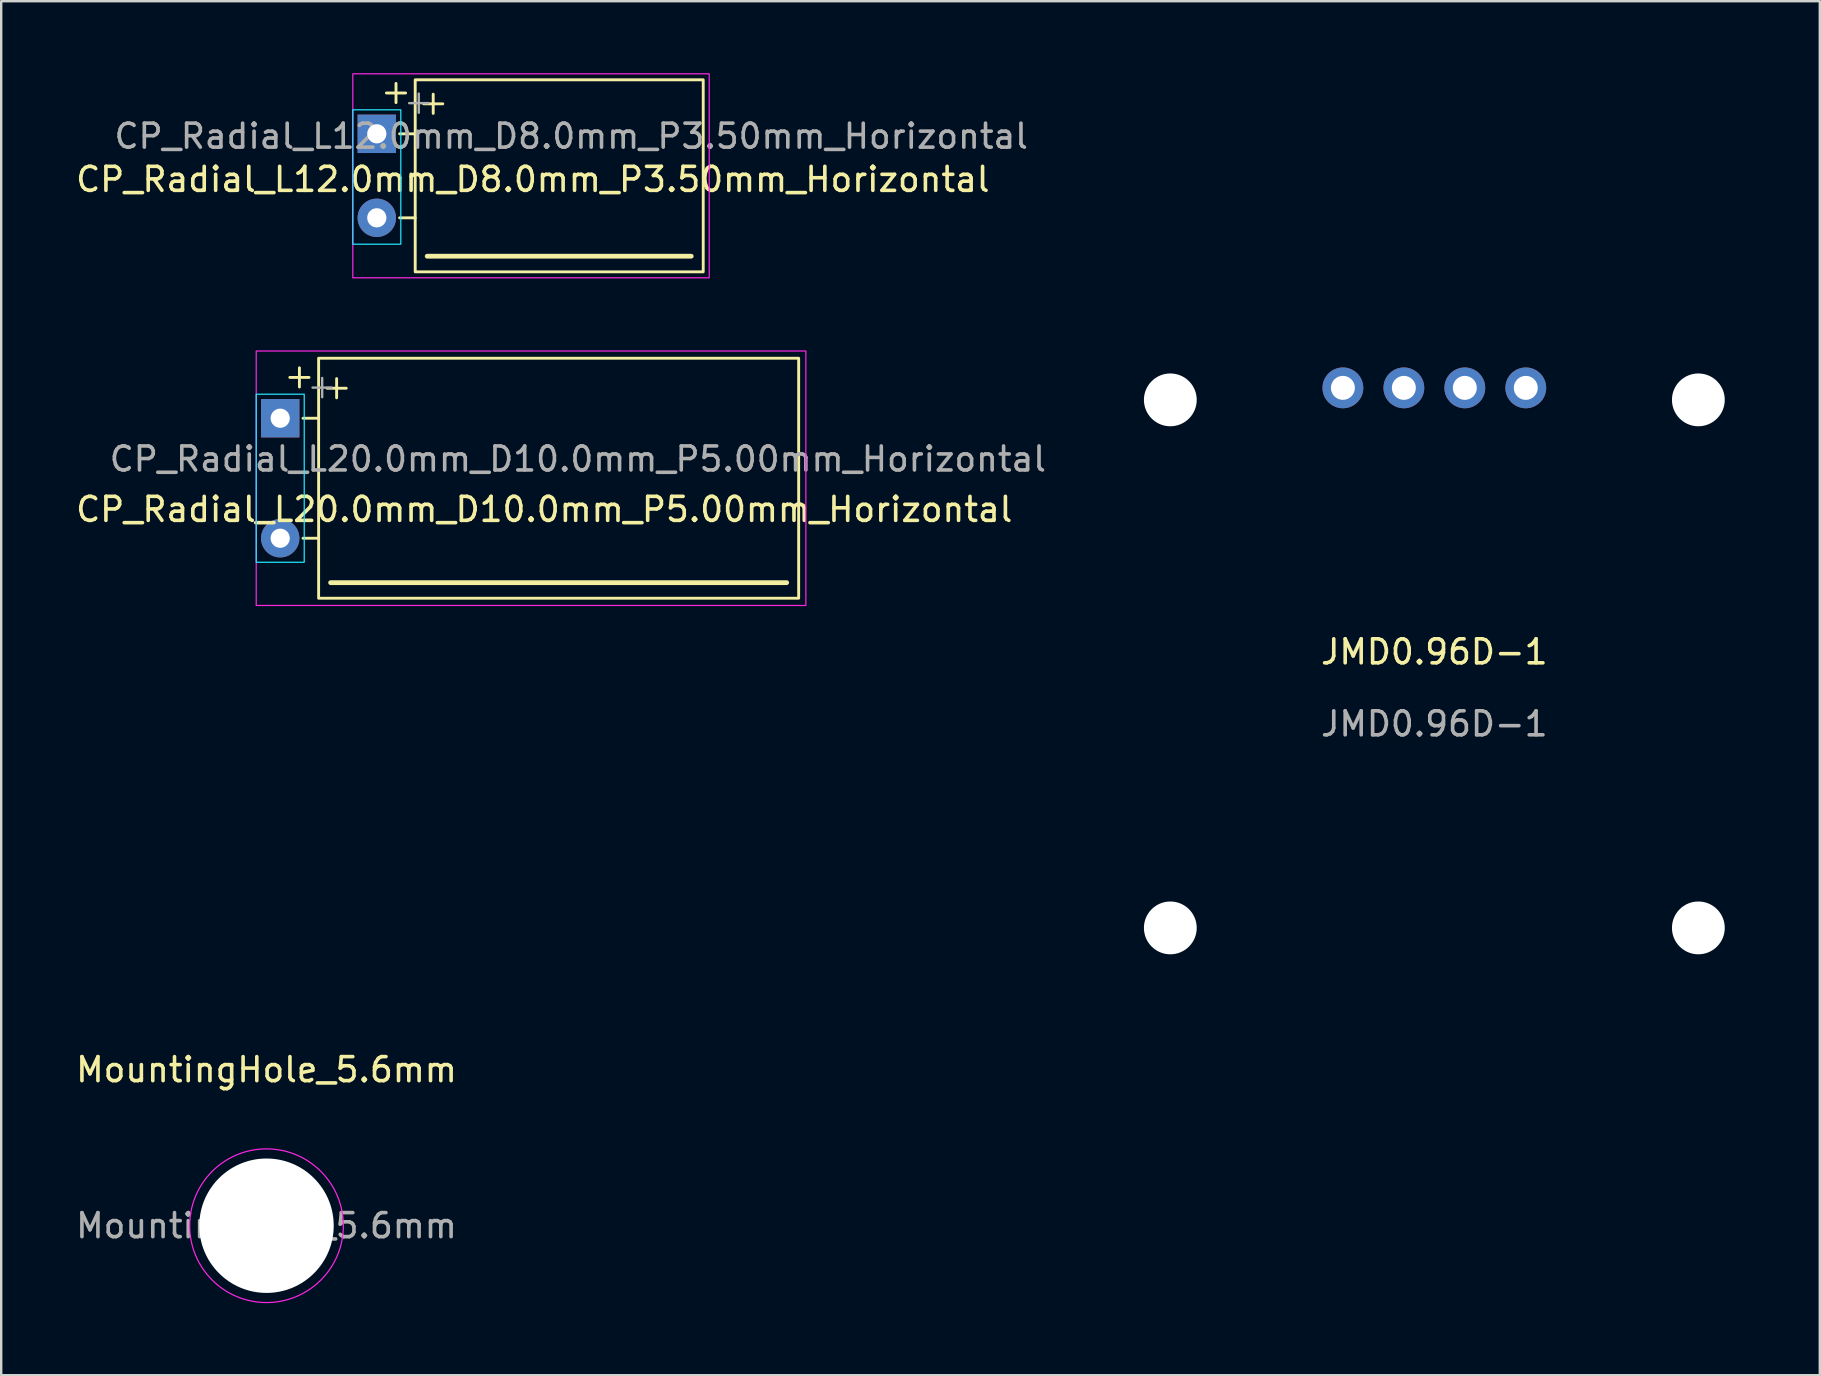
<source format=kicad_pcb>
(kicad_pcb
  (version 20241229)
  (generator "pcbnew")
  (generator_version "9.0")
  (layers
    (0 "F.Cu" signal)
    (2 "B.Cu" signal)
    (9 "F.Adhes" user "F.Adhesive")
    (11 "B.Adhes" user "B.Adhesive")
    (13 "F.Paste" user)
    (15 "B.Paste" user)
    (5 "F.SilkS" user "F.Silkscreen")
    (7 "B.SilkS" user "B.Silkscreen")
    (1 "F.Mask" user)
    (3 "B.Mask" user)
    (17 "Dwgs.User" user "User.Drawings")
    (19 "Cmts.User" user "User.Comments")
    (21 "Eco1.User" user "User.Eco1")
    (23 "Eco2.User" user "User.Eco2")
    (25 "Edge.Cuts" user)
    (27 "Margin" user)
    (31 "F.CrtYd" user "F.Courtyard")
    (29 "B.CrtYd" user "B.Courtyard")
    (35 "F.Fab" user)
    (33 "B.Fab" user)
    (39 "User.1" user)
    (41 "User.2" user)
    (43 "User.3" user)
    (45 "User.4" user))
  (footprint "MountingHole_5.6mm"
    (layer "F.Cu")
    (at 8.054 48.018)
    (property "Reference" "MountingHole_5.6mm" (at 0 -6.5 0) (layer "F.SilkS") (effects (font (size 1 1) (thickness 0.15))))
    (attr exclude_from_pos_files exclude_from_bom)
    (fp_circle (center 0 0) (end 3.2 0.1) (stroke (width 0.05) (type solid)) (fill no) (layer "F.CrtYd"))
    (fp_text user "${REFERENCE}" (at 0 0 0) (layer "F.Fab") (effects (font (size 1 1) (thickness 0.15))))
    (pad "" np_thru_hole circle (at 0 0) (size 5.6 5.6) (drill 5.6) (layers "*.Cu" "*.Mask")))
  (footprint "JMD0.96D-1"
    (layer "F.Cu")
    (at 56.71 24.61)
    (property "Reference" "JMD0.96D-1" (at 0 -0.5 0) (unlocked yes) (layer "F.SilkS") (effects (font (size 1 1) (thickness 0.15))))
    (attr through_hole)
    (fp_rect (start 13 13) (end -13 -13) (stroke (width 0.12) (type default)) (fill no) (layer "User.1"))
    (fp_text user "${REFERENCE}" (at 0 2.5 0) (unlocked yes) (layer "F.Fab") (effects (font (size 1 1) (thickness 0.15))))
    (pad "" np_thru_hole circle (at -11 -11) (size 2.2 2.2) (drill 2.2) (layers "*.Cu" "*.Mask"))
    (pad "" np_thru_hole circle (at -11 11) (size 2.2 2.2) (drill 2.2) (layers "*.Cu" "*.Mask"))
    (pad "" np_thru_hole circle (at 11 -11) (size 2.2 2.2) (drill 2.2) (layers "*.Cu" "*.Mask"))
    (pad "" np_thru_hole circle (at 11 11) (size 2.2 2.2) (drill 2.2) (layers "*.Cu" "*.Mask"))
    (pad "1" thru_hole circle (at -3.81 -11.5) (size 1.7 1.7) (drill 1) (layers "*.Cu" "*.Mask"))
    (pad "2" thru_hole circle (at -1.27 -11.5) (size 1.7 1.7) (drill 1) (layers "*.Cu" "*.Mask"))
    (pad "3" thru_hole circle (at 1.27 -11.5) (size 1.7 1.7) (drill 1) (layers "*.Cu" "*.Mask"))
    (pad "4" thru_hole circle (at 3.81 -11.5) (size 1.7 1.7) (drill 1) (layers "*.Cu" "*.Mask")))
  (footprint "CP_Radial_L20.0mm_D10.0mm_P5.00mm_Horizontal"
    (layer "F.Cu")
    (at 8.625 14.375)
    (property "Reference" "CP_Radial_L20.0mm_D10.0mm_P5.00mm_Horizontal" (at 11 3.8 0) (unlocked yes) (layer "F.SilkS") (effects (font (size 1 1) (thickness 0.15))))
    (attr through_hole)
    (fp_line (start 0.8 -2.1) (end 0.8 -1.3) (stroke (width 0.12) (type solid)) (layer "F.SilkS"))
    (fp_line (start 0.95 0) (end 1.6 0) (stroke (width 0.12) (type default)) (layer "F.SilkS"))
    (fp_line (start 0.95 5) (end 1.6 5) (stroke (width 0.12) (type default)) (layer "F.SilkS"))
    (fp_line (start 1.2 -1.7) (end 0.4 -1.7) (stroke (width 0.12) (type solid)) (layer "F.SilkS"))
    (fp_line (start 2.1 6.85) (end 21.1 6.85) (stroke (width 0.2) (type default)) (layer "F.SilkS"))
    (fp_line (start 2.35 -1.65) (end 2.35 -0.85) (stroke (width 0.12) (type solid)) (layer "F.SilkS"))
    (fp_line (start 2.75 -1.25) (end 1.95 -1.25) (stroke (width 0.12) (type solid)) (layer "F.SilkS"))
    (fp_rect (start 1.6 -2.5) (end 21.6 7.5) (stroke (width 0.12) (type default)) (fill no) (layer "F.SilkS"))
    (fp_rect (start -1 -1) (end 1 6) (stroke (width 0.05) (type default)) (fill no) (layer "B.CrtYd"))
    (fp_rect (start -1 -2.8) (end 21.9 7.8) (stroke (width 0.05) (type default)) (fill no) (layer "F.CrtYd"))
    (fp_line (start 1.748 -1.677) (end 1.748 -0.877) (stroke (width 0.1) (type solid)) (layer "F.Fab"))
    (fp_line (start 2.147 -1.277) (end 1.347 -1.277) (stroke (width 0.1) (type solid)) (layer "F.Fab"))
    (fp_text user "${REFERENCE}" (at 12.4 1.7 0) (unlocked yes) (layer "F.Fab") (effects (font (size 1 1) (thickness 0.15))))
    (pad "1" thru_hole rect (at 0 0 270) (size 1.6 1.6) (drill 0.8) (layers "*.Cu" "*.Mask"))
    (pad "2" thru_hole circle (at 0 5) (size 1.6 1.6) (drill 0.8) (layers "*.Cu" "*.Mask")))
  (footprint "CP_Radial_L12.0mm_D8.0mm_P3.50mm_Horizontal"
    (layer "F.Cu")
    (at 12.649 2.525)
    (property "Reference" "CP_Radial_L12.0mm_D8.0mm_P3.50mm_Horizontal" (at 6.5 1.9 0) (unlocked yes) (layer "F.SilkS") (effects (font (size 1 1) (thickness 0.15))))
    (attr through_hole)
    (fp_line (start 0.8 -2.1) (end 0.8 -1.3) (stroke (width 0.12) (type solid)) (layer "F.SilkS"))
    (fp_line (start 0.95 0) (end 1.6 0) (stroke (width 0.12) (type default)) (layer "F.SilkS"))
    (fp_line (start 0.95 3.5) (end 1.6 3.5) (stroke (width 0.12) (type default)) (layer "F.SilkS"))
    (fp_line (start 1.2 -1.7) (end 0.4 -1.7) (stroke (width 0.12) (type solid)) (layer "F.SilkS"))
    (fp_line (start 2.1 5.1) (end 13.1 5.1) (stroke (width 0.2) (type default)) (layer "F.SilkS"))
    (fp_line (start 2.35 -1.65) (end 2.35 -0.85) (stroke (width 0.12) (type solid)) (layer "F.SilkS"))
    (fp_line (start 2.75 -1.25) (end 1.95 -1.25) (stroke (width 0.12) (type solid)) (layer "F.SilkS"))
    (fp_rect (start 1.6 -2.25) (end 13.6 5.75) (stroke (width 0.12) (type default)) (fill no) (layer "F.SilkS"))
    (fp_rect (start -1 -1) (end 1 4.6) (stroke (width 0.05) (type default)) (fill no) (layer "B.CrtYd"))
    (fp_rect (start -1 -2.5) (end 13.85 6) (stroke (width 0.05) (type default)) (fill no) (layer "F.CrtYd"))
    (fp_line (start 1.748 -1.677) (end 1.748 -0.877) (stroke (width 0.1) (type solid)) (layer "F.Fab"))
    (fp_line (start 2.147 -1.277) (end 1.347 -1.277) (stroke (width 0.1) (type solid)) (layer "F.Fab"))
    (fp_text user "${REFERENCE}" (at 8.1 0.1 0) (unlocked yes) (layer "F.Fab") (effects (font (size 1 1) (thickness 0.15))))
    (pad "1" thru_hole rect (at 0 0 270) (size 1.6 1.6) (drill 0.8) (layers "*.Cu" "*.Mask"))
    (pad "2" thru_hole circle (at 0 3.5 270) (size 1.6 1.6) (drill 0.8) (layers "*.Cu" "*.Mask")))
  (gr_rect
    (start -3 -3)
    (end 72.77 54.245)
    (stroke (width 0.1) (type default))
    (fill no)
    (layer "Edge.Cuts")))
</source>
